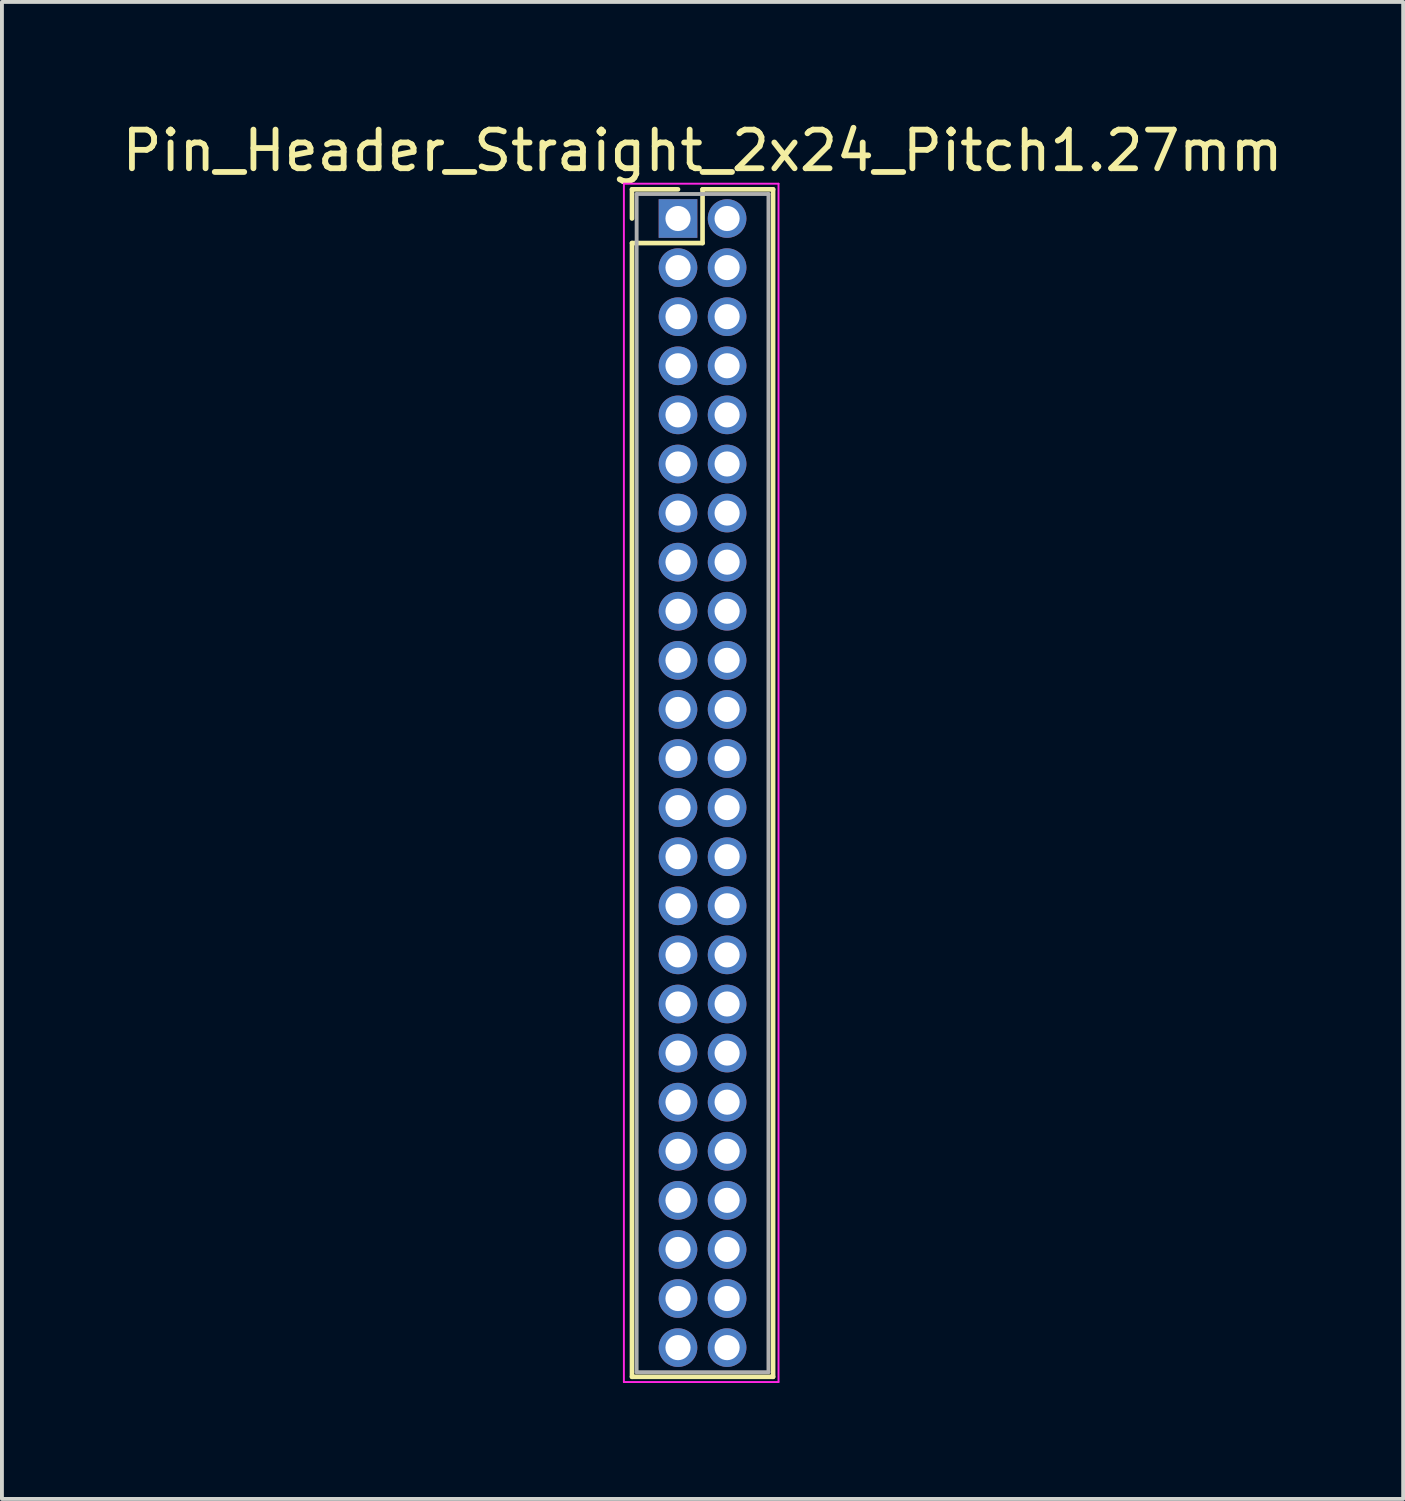
<source format=kicad_pcb>
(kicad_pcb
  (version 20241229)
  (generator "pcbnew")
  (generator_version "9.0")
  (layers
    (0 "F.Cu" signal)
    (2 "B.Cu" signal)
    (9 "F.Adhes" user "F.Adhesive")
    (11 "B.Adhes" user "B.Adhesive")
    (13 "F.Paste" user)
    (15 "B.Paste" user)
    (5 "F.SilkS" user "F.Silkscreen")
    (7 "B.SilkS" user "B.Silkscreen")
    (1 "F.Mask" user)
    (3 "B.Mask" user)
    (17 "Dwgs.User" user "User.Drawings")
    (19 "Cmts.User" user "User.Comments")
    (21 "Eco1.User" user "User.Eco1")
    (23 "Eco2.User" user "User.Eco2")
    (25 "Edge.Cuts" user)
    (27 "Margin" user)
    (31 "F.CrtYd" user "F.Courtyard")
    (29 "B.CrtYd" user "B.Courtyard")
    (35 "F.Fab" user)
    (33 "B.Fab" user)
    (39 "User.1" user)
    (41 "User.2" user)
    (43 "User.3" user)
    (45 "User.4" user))
  (footprint "Pin_Header_Straight_2x24_Pitch1.27mm"
    (layer "F.Cu")
    (at 14.49 2.603)
    (property "Reference" "Pin_Header_Straight_2x24_Pitch1.27mm" (at 0.635 -1.755 0) (layer "F.SilkS") (effects (font (size 1 1) (thickness 0.15))))
    (attr through_hole)
    (fp_line (start -1.19 -0.755) (end 0 -0.755) (stroke (width 0.12) (type solid)) (layer "F.SilkS"))
    (fp_line (start -1.19 0) (end -1.19 -0.755) (stroke (width 0.12) (type solid)) (layer "F.SilkS"))
    (fp_line (start -1.19 0.635) (end -1.19 29.965) (stroke (width 0.12) (type solid)) (layer "F.SilkS"))
    (fp_line (start -1.19 29.965) (end 2.46 29.965) (stroke (width 0.12) (type solid)) (layer "F.SilkS"))
    (fp_line (start 0.635 -0.755) (end 0.635 0.635) (stroke (width 0.12) (type solid)) (layer "F.SilkS"))
    (fp_line (start 0.635 0.635) (end -1.19 0.635) (stroke (width 0.12) (type solid)) (layer "F.SilkS"))
    (fp_line (start 2.46 -0.755) (end 0.635 -0.755) (stroke (width 0.12) (type solid)) (layer "F.SilkS"))
    (fp_line (start 2.46 29.965) (end 2.46 -0.755) (stroke (width 0.12) (type solid)) (layer "F.SilkS"))
    (fp_line (start -1.4 -0.9) (end -1.4 30.1) (stroke (width 0.05) (type solid)) (layer "F.CrtYd"))
    (fp_line (start -1.4 30.1) (end 2.6 30.1) (stroke (width 0.05) (type solid)) (layer "F.CrtYd"))
    (fp_line (start 2.6 -0.9) (end -1.4 -0.9) (stroke (width 0.05) (type solid)) (layer "F.CrtYd"))
    (fp_line (start 2.6 30.1) (end 2.6 -0.9) (stroke (width 0.05) (type solid)) (layer "F.CrtYd"))
    (fp_line (start -1.07 -0.635) (end -1.07 29.845) (stroke (width 0.1) (type solid)) (layer "F.Fab"))
    (fp_line (start -1.07 29.845) (end 2.34 29.845) (stroke (width 0.1) (type solid)) (layer "F.Fab"))
    (fp_line (start 2.34 -0.635) (end -1.07 -0.635) (stroke (width 0.1) (type solid)) (layer "F.Fab"))
    (fp_line (start 2.34 29.845) (end 2.34 -0.635) (stroke (width 0.1) (type solid)) (layer "F.Fab"))
    (pad "1" thru_hole rect (at 0 0) (size 1 1) (drill 0.65) (layers "*.Cu" "*.Mask"))
    (pad "2" thru_hole oval (at 1.27 0) (size 1 1) (drill 0.65) (layers "*.Cu" "*.Mask"))
    (pad "3" thru_hole oval (at 0 1.27) (size 1 1) (drill 0.65) (layers "*.Cu" "*.Mask"))
    (pad "4" thru_hole oval (at 1.27 1.27) (size 1 1) (drill 0.65) (layers "*.Cu" "*.Mask"))
    (pad "5" thru_hole oval (at 0 2.54) (size 1 1) (drill 0.65) (layers "*.Cu" "*.Mask"))
    (pad "6" thru_hole oval (at 1.27 2.54) (size 1 1) (drill 0.65) (layers "*.Cu" "*.Mask"))
    (pad "7" thru_hole oval (at 0 3.81) (size 1 1) (drill 0.65) (layers "*.Cu" "*.Mask"))
    (pad "8" thru_hole oval (at 1.27 3.81) (size 1 1) (drill 0.65) (layers "*.Cu" "*.Mask"))
    (pad "9" thru_hole oval (at 0 5.08) (size 1 1) (drill 0.65) (layers "*.Cu" "*.Mask"))
    (pad "10" thru_hole oval (at 1.27 5.08) (size 1 1) (drill 0.65) (layers "*.Cu" "*.Mask"))
    (pad "11" thru_hole oval (at 0 6.35) (size 1 1) (drill 0.65) (layers "*.Cu" "*.Mask"))
    (pad "12" thru_hole oval (at 1.27 6.35) (size 1 1) (drill 0.65) (layers "*.Cu" "*.Mask"))
    (pad "13" thru_hole oval (at 0 7.62) (size 1 1) (drill 0.65) (layers "*.Cu" "*.Mask"))
    (pad "14" thru_hole oval (at 1.27 7.62) (size 1 1) (drill 0.65) (layers "*.Cu" "*.Mask"))
    (pad "15" thru_hole oval (at 0 8.89) (size 1 1) (drill 0.65) (layers "*.Cu" "*.Mask"))
    (pad "16" thru_hole oval (at 1.27 8.89) (size 1 1) (drill 0.65) (layers "*.Cu" "*.Mask"))
    (pad "17" thru_hole oval (at 0 10.16) (size 1 1) (drill 0.65) (layers "*.Cu" "*.Mask"))
    (pad "18" thru_hole oval (at 1.27 10.16) (size 1 1) (drill 0.65) (layers "*.Cu" "*.Mask"))
    (pad "19" thru_hole oval (at 0 11.43) (size 1 1) (drill 0.65) (layers "*.Cu" "*.Mask"))
    (pad "20" thru_hole oval (at 1.27 11.43) (size 1 1) (drill 0.65) (layers "*.Cu" "*.Mask"))
    (pad "21" thru_hole oval (at 0 12.7) (size 1 1) (drill 0.65) (layers "*.Cu" "*.Mask"))
    (pad "22" thru_hole oval (at 1.27 12.7) (size 1 1) (drill 0.65) (layers "*.Cu" "*.Mask"))
    (pad "23" thru_hole oval (at 0 13.97) (size 1 1) (drill 0.65) (layers "*.Cu" "*.Mask"))
    (pad "24" thru_hole oval (at 1.27 13.97) (size 1 1) (drill 0.65) (layers "*.Cu" "*.Mask"))
    (pad "25" thru_hole oval (at 0 15.24) (size 1 1) (drill 0.65) (layers "*.Cu" "*.Mask"))
    (pad "26" thru_hole oval (at 1.27 15.24) (size 1 1) (drill 0.65) (layers "*.Cu" "*.Mask"))
    (pad "27" thru_hole oval (at 0 16.51) (size 1 1) (drill 0.65) (layers "*.Cu" "*.Mask"))
    (pad "28" thru_hole oval (at 1.27 16.51) (size 1 1) (drill 0.65) (layers "*.Cu" "*.Mask"))
    (pad "29" thru_hole oval (at 0 17.78) (size 1 1) (drill 0.65) (layers "*.Cu" "*.Mask"))
    (pad "30" thru_hole oval (at 1.27 17.78) (size 1 1) (drill 0.65) (layers "*.Cu" "*.Mask"))
    (pad "31" thru_hole oval (at 0 19.05) (size 1 1) (drill 0.65) (layers "*.Cu" "*.Mask"))
    (pad "32" thru_hole oval (at 1.27 19.05) (size 1 1) (drill 0.65) (layers "*.Cu" "*.Mask"))
    (pad "33" thru_hole oval (at 0 20.32) (size 1 1) (drill 0.65) (layers "*.Cu" "*.Mask"))
    (pad "34" thru_hole oval (at 1.27 20.32) (size 1 1) (drill 0.65) (layers "*.Cu" "*.Mask"))
    (pad "35" thru_hole oval (at 0 21.59) (size 1 1) (drill 0.65) (layers "*.Cu" "*.Mask"))
    (pad "36" thru_hole oval (at 1.27 21.59) (size 1 1) (drill 0.65) (layers "*.Cu" "*.Mask"))
    (pad "37" thru_hole oval (at 0 22.86) (size 1 1) (drill 0.65) (layers "*.Cu" "*.Mask"))
    (pad "38" thru_hole oval (at 1.27 22.86) (size 1 1) (drill 0.65) (layers "*.Cu" "*.Mask"))
    (pad "39" thru_hole oval (at 0 24.13) (size 1 1) (drill 0.65) (layers "*.Cu" "*.Mask"))
    (pad "40" thru_hole oval (at 1.27 24.13) (size 1 1) (drill 0.65) (layers "*.Cu" "*.Mask"))
    (pad "41" thru_hole oval (at 0 25.4) (size 1 1) (drill 0.65) (layers "*.Cu" "*.Mask"))
    (pad "42" thru_hole oval (at 1.27 25.4) (size 1 1) (drill 0.65) (layers "*.Cu" "*.Mask"))
    (pad "43" thru_hole oval (at 0 26.67) (size 1 1) (drill 0.65) (layers "*.Cu" "*.Mask"))
    (pad "44" thru_hole oval (at 1.27 26.67) (size 1 1) (drill 0.65) (layers "*.Cu" "*.Mask"))
    (pad "45" thru_hole oval (at 0 27.94) (size 1 1) (drill 0.65) (layers "*.Cu" "*.Mask"))
    (pad "46" thru_hole oval (at 1.27 27.94) (size 1 1) (drill 0.65) (layers "*.Cu" "*.Mask"))
    (pad "47" thru_hole oval (at 0 29.21) (size 1 1) (drill 0.65) (layers "*.Cu" "*.Mask"))
    (pad "48" thru_hole oval (at 1.27 29.21) (size 1 1) (drill 0.65) (layers "*.Cu" "*.Mask")))
  (gr_rect
    (start -3 -3)
    (end 33.25 35.728)
    (stroke (width 0.1) (type default))
    (fill no)
    (layer "Edge.Cuts")))
</source>
